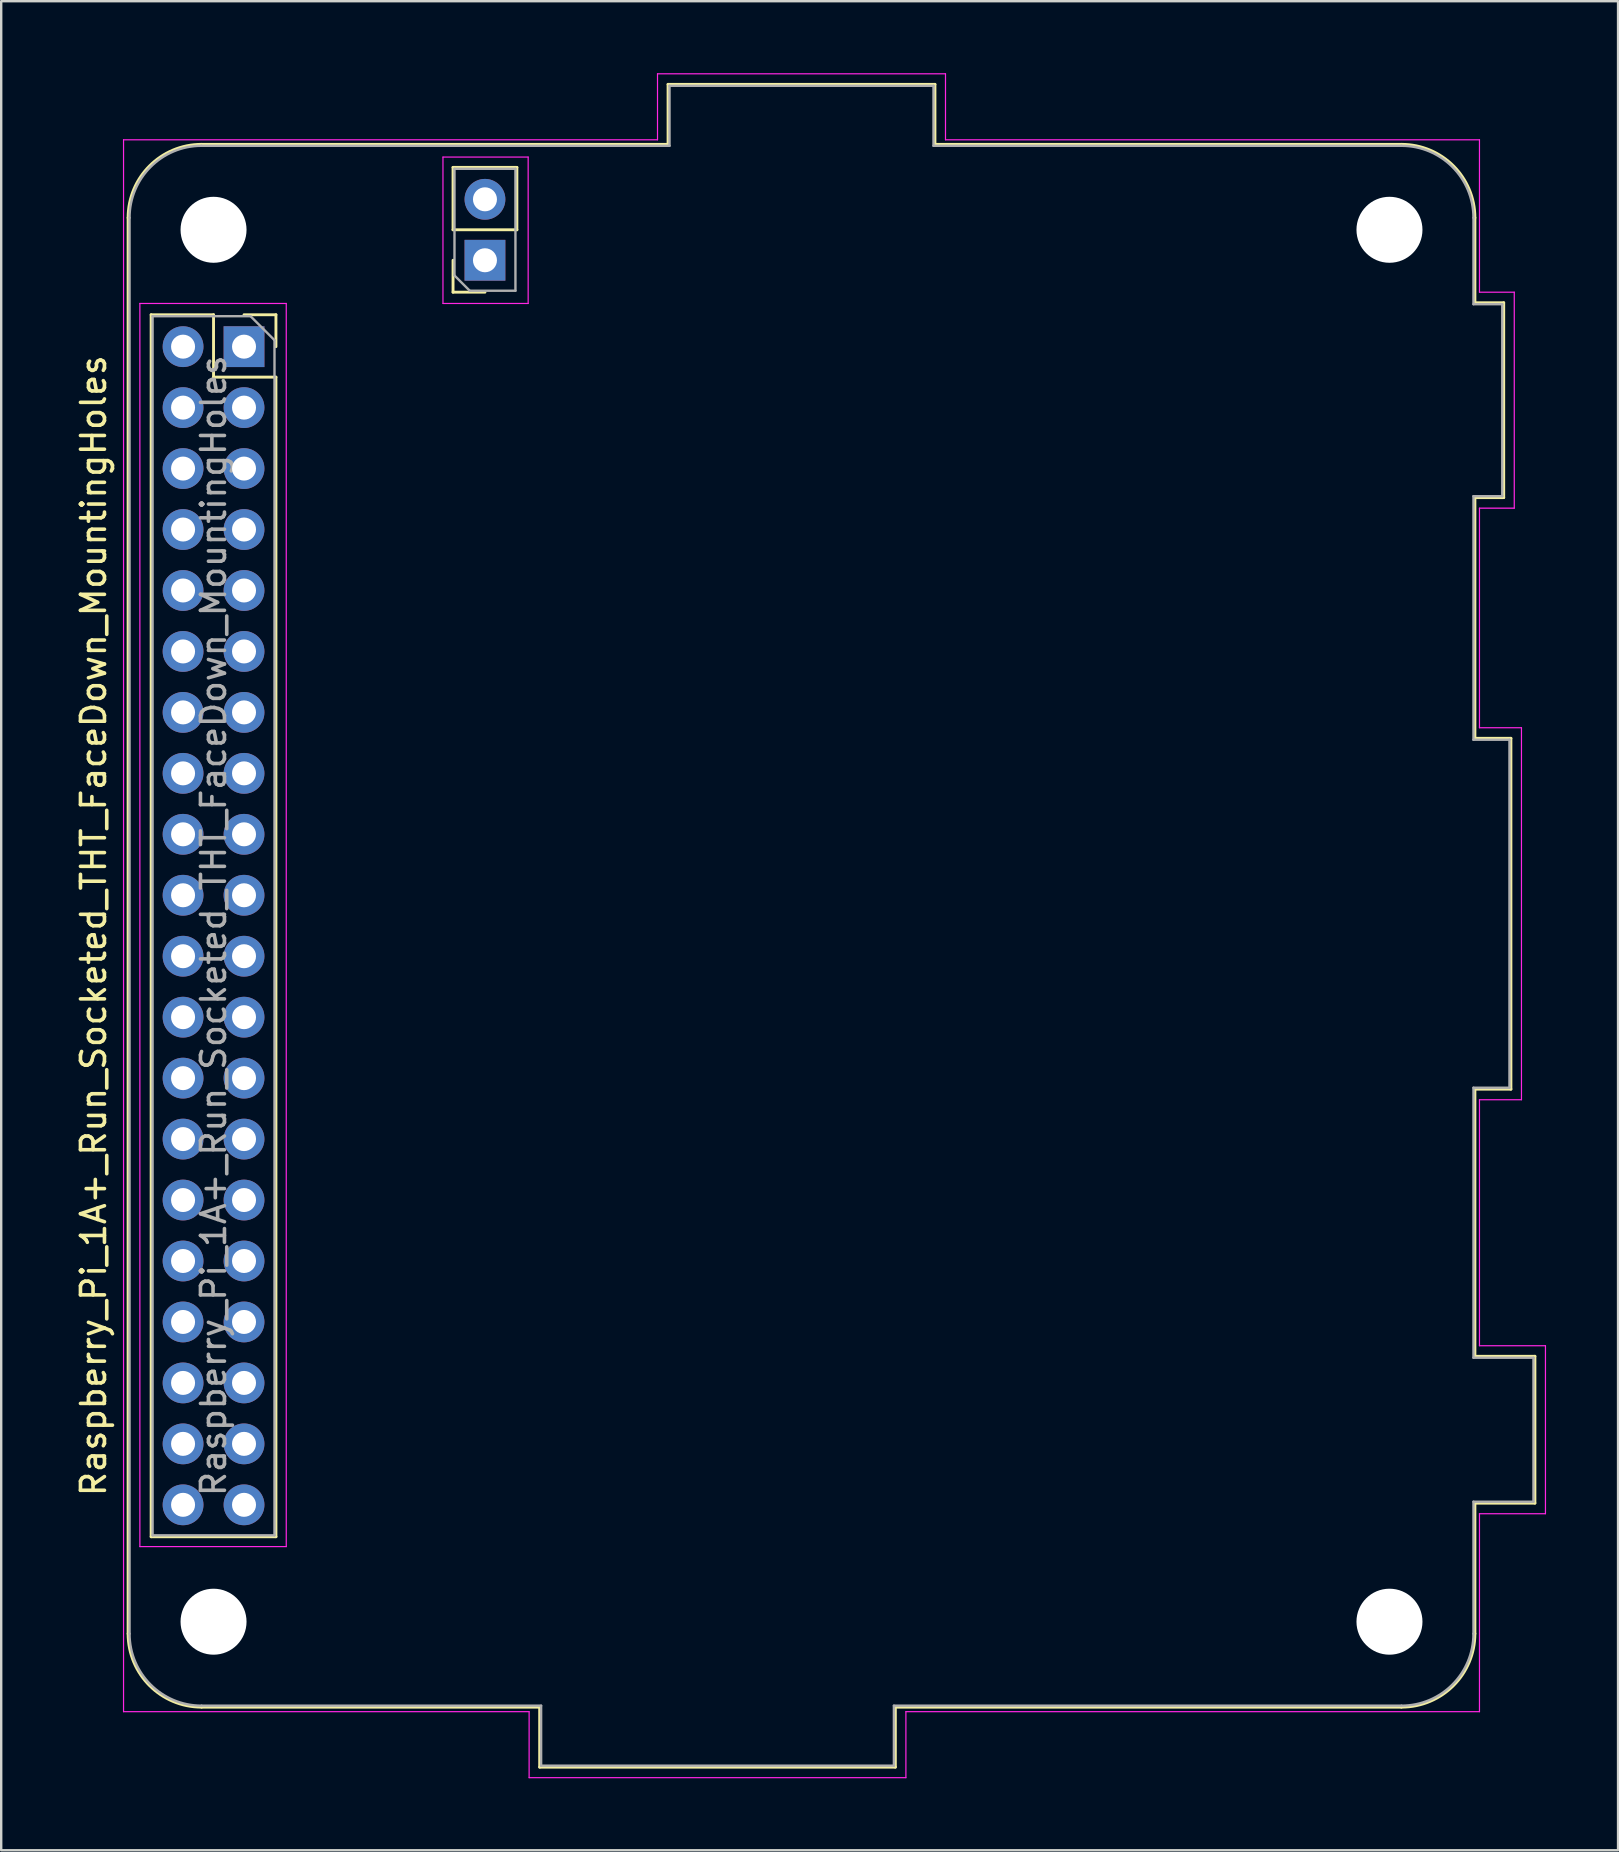
<source format=kicad_pcb>
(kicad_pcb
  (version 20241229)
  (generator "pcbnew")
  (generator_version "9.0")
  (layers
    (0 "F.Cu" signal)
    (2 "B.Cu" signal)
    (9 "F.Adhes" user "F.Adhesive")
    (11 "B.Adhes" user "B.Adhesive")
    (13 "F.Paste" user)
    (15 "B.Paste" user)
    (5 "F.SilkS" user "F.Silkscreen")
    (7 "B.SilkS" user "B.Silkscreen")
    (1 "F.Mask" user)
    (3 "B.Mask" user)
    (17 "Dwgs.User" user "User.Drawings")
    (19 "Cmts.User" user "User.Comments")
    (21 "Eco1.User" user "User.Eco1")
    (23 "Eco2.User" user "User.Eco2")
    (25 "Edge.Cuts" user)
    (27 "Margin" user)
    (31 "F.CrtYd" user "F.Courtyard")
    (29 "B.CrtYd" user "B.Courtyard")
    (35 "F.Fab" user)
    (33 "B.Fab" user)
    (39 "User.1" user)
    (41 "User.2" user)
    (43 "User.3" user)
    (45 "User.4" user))
  (footprint "Raspberry_Pi_1A+_Run_Socketed_THT_FaceDown_MountingHoles"
    (layer "F.Cu")
    (at 2.348 3.025)
    (property "Reference" "Raspberry_Pi_1A+_Run_Socketed_THT_FaceDown_MountingHoles" (at -1.5 32.5 90) (layer "F.SilkS") (effects (font (size 1 1) (thickness 0.15))))
    (attr through_hole)
    (fp_line (start -0.06 62) (end -0.06 3) (stroke (width 0.12) (type solid)) (layer "F.SilkS"))
    (fp_line (start 0.9 7.04) (end 0.9 57.96) (stroke (width 0.12) (type solid)) (layer "F.SilkS"))
    (fp_line (start 0.9 7.04) (end 3.5 7.04) (stroke (width 0.12) (type solid)) (layer "F.SilkS"))
    (fp_line (start 0.9 57.96) (end 6.1 57.96) (stroke (width 0.12) (type solid)) (layer "F.SilkS"))
    (fp_line (start 3 -0.06) (end 22.44 -0.06) (stroke (width 0.12) (type solid)) (layer "F.SilkS"))
    (fp_line (start 3 65.06) (end 17.09 65.06) (stroke (width 0.12) (type solid)) (layer "F.SilkS"))
    (fp_line (start 3.5 7.04) (end 3.5 9.64) (stroke (width 0.12) (type solid)) (layer "F.SilkS"))
    (fp_line (start 3.5 9.64) (end 6.1 9.64) (stroke (width 0.12) (type solid)) (layer "F.SilkS"))
    (fp_line (start 4.77 7.04) (end 6.1 7.04) (stroke (width 0.12) (type solid)) (layer "F.SilkS"))
    (fp_line (start 6.1 7.04) (end 6.1 8.37) (stroke (width 0.12) (type solid)) (layer "F.SilkS"))
    (fp_line (start 6.1 9.64) (end 6.1 57.96) (stroke (width 0.12) (type solid)) (layer "F.SilkS"))
    (fp_line (start 13.48 3.5) (end 13.48 0.9) (stroke (width 0.12) (type solid)) (layer "F.SilkS"))
    (fp_line (start 13.48 6.1) (end 13.48 4.77) (stroke (width 0.12) (type solid)) (layer "F.SilkS"))
    (fp_line (start 14.81 6.1) (end 13.48 6.1) (stroke (width 0.12) (type solid)) (layer "F.SilkS"))
    (fp_line (start 16.14 0.9) (end 13.48 0.9) (stroke (width 0.12) (type solid)) (layer "F.SilkS"))
    (fp_line (start 16.14 3.5) (end 13.48 3.5) (stroke (width 0.12) (type solid)) (layer "F.SilkS"))
    (fp_line (start 16.14 3.5) (end 16.14 0.9) (stroke (width 0.12) (type solid)) (layer "F.SilkS"))
    (fp_line (start 17.09 65.06) (end 17.09 67.56) (stroke (width 0.12) (type solid)) (layer "F.SilkS"))
    (fp_line (start 17.09 67.56) (end 31.91 67.56) (stroke (width 0.12) (type solid)) (layer "F.SilkS"))
    (fp_line (start 22.44 -2.56) (end 22.44 -0.06) (stroke (width 0.12) (type solid)) (layer "F.SilkS"))
    (fp_line (start 31.91 65.06) (end 53 65.06) (stroke (width 0.12) (type solid)) (layer "F.SilkS"))
    (fp_line (start 31.91 67.56) (end 31.91 65.06) (stroke (width 0.12) (type solid)) (layer "F.SilkS"))
    (fp_line (start 33.56 -2.56) (end 22.44 -2.56) (stroke (width 0.12) (type solid)) (layer "F.SilkS"))
    (fp_line (start 33.56 -0.06) (end 33.56 -2.56) (stroke (width 0.12) (type solid)) (layer "F.SilkS"))
    (fp_line (start 53 -0.06) (end 33.56 -0.06) (stroke (width 0.12) (type solid)) (layer "F.SilkS"))
    (fp_line (start 56.06 3) (end 56.06 6.54) (stroke (width 0.12) (type solid)) (layer "F.SilkS"))
    (fp_line (start 56.06 6.54) (end 57.26 6.54) (stroke (width 0.12) (type solid)) (layer "F.SilkS"))
    (fp_line (start 56.06 14.66) (end 56.06 24.69) (stroke (width 0.12) (type solid)) (layer "F.SilkS"))
    (fp_line (start 56.06 24.69) (end 57.56 24.69) (stroke (width 0.12) (type solid)) (layer "F.SilkS"))
    (fp_line (start 56.06 39.31) (end 56.06 50.44) (stroke (width 0.12) (type solid)) (layer "F.SilkS"))
    (fp_line (start 56.06 50.44) (end 58.56 50.44) (stroke (width 0.12) (type solid)) (layer "F.SilkS"))
    (fp_line (start 56.06 56.56) (end 56.06 62) (stroke (width 0.12) (type solid)) (layer "F.SilkS"))
    (fp_line (start 57.26 6.54) (end 57.26 14.66) (stroke (width 0.12) (type solid)) (layer "F.SilkS"))
    (fp_line (start 57.26 14.66) (end 56.06 14.66) (stroke (width 0.12) (type solid)) (layer "F.SilkS"))
    (fp_line (start 57.56 24.69) (end 57.56 39.31) (stroke (width 0.12) (type solid)) (layer "F.SilkS"))
    (fp_line (start 57.56 39.31) (end 56.06 39.31) (stroke (width 0.12) (type solid)) (layer "F.SilkS"))
    (fp_line (start 58.56 50.44) (end 58.56 56.56) (stroke (width 0.12) (type solid)) (layer "F.SilkS"))
    (fp_line (start 58.56 56.56) (end 56.06 56.56) (stroke (width 0.12) (type solid)) (layer "F.SilkS"))
    (fp_arc (start -0.06 3) (mid 0.836253 0.836253) (end 3 -0.06) (stroke (width 0.12) (type solid)) (layer "F.SilkS"))
    (fp_arc (start 3 65.06) (mid 0.836253 64.163747) (end -0.06 62) (stroke (width 0.12) (type solid)) (layer "F.SilkS"))
    (fp_arc (start 53 -0.06) (mid 55.163747 0.836253) (end 56.06 3) (stroke (width 0.12) (type solid)) (layer "F.SilkS"))
    (fp_arc (start 56.06 62) (mid 55.163747 64.163747) (end 53 65.06) (stroke (width 0.12) (type solid)) (layer "F.SilkS"))
    (fp_line (start -0.25 -0.25) (end 22 -0.25) (stroke (width 0.05) (type solid)) (layer "F.CrtYd"))
    (fp_line (start -0.25 65.25) (end -0.25 -0.25) (stroke (width 0.05) (type solid)) (layer "F.CrtYd"))
    (fp_line (start 0.43 6.57) (end 6.53 6.57) (stroke (width 0.05) (type solid)) (layer "F.CrtYd"))
    (fp_line (start 0.43 58.37) (end 0.43 6.57) (stroke (width 0.05) (type solid)) (layer "F.CrtYd"))
    (fp_line (start 6.53 6.57) (end 6.53 58.37) (stroke (width 0.05) (type solid)) (layer "F.CrtYd"))
    (fp_line (start 6.53 58.37) (end 0.43 58.37) (stroke (width 0.05) (type solid)) (layer "F.CrtYd"))
    (fp_line (start 13.06 0.47) (end 16.61 0.47) (stroke (width 0.05) (type solid)) (layer "F.CrtYd"))
    (fp_line (start 13.06 6.57) (end 13.06 0.47) (stroke (width 0.05) (type solid)) (layer "F.CrtYd"))
    (fp_line (start 16.61 0.47) (end 16.61 6.57) (stroke (width 0.05) (type solid)) (layer "F.CrtYd"))
    (fp_line (start 16.61 6.57) (end 13.06 6.57) (stroke (width 0.05) (type solid)) (layer "F.CrtYd"))
    (fp_line (start 16.65 65.25) (end -0.25 65.25) (stroke (width 0.05) (type solid)) (layer "F.CrtYd"))
    (fp_line (start 16.65 68) (end 16.65 65.25) (stroke (width 0.05) (type solid)) (layer "F.CrtYd"))
    (fp_line (start 22 -3) (end 34 -3) (stroke (width 0.05) (type solid)) (layer "F.CrtYd"))
    (fp_line (start 22 -0.25) (end 22 -3) (stroke (width 0.05) (type solid)) (layer "F.CrtYd"))
    (fp_line (start 32.35 65.25) (end 32.35 68) (stroke (width 0.05) (type solid)) (layer "F.CrtYd"))
    (fp_line (start 32.35 68) (end 16.65 68) (stroke (width 0.05) (type solid)) (layer "F.CrtYd"))
    (fp_line (start 34 -3) (end 34 -0.25) (stroke (width 0.05) (type solid)) (layer "F.CrtYd"))
    (fp_line (start 34 -0.25) (end 56.25 -0.25) (stroke (width 0.05) (type solid)) (layer "F.CrtYd"))
    (fp_line (start 56.25 -0.25) (end 56.25 6.1) (stroke (width 0.05) (type solid)) (layer "F.CrtYd"))
    (fp_line (start 56.25 6.1) (end 57.7 6.1) (stroke (width 0.05) (type solid)) (layer "F.CrtYd"))
    (fp_line (start 56.25 15.1) (end 56.25 24.25) (stroke (width 0.05) (type solid)) (layer "F.CrtYd"))
    (fp_line (start 56.25 24.25) (end 58 24.25) (stroke (width 0.05) (type solid)) (layer "F.CrtYd"))
    (fp_line (start 56.25 39.75) (end 56.25 50) (stroke (width 0.05) (type solid)) (layer "F.CrtYd"))
    (fp_line (start 56.25 50) (end 59 50) (stroke (width 0.05) (type solid)) (layer "F.CrtYd"))
    (fp_line (start 56.25 57) (end 56.25 65.25) (stroke (width 0.05) (type solid)) (layer "F.CrtYd"))
    (fp_line (start 56.25 65.25) (end 32.35 65.25) (stroke (width 0.05) (type solid)) (layer "F.CrtYd"))
    (fp_line (start 57.7 6.1) (end 57.7 15.1) (stroke (width 0.05) (type solid)) (layer "F.CrtYd"))
    (fp_line (start 57.7 15.1) (end 56.25 15.1) (stroke (width 0.05) (type solid)) (layer "F.CrtYd"))
    (fp_line (start 58 24.25) (end 58 39.75) (stroke (width 0.05) (type solid)) (layer "F.CrtYd"))
    (fp_line (start 58 39.75) (end 56.25 39.75) (stroke (width 0.05) (type solid)) (layer "F.CrtYd"))
    (fp_line (start 59 50) (end 59 57) (stroke (width 0.05) (type solid)) (layer "F.CrtYd"))
    (fp_line (start 59 57) (end 56.25 57) (stroke (width 0.05) (type solid)) (layer "F.CrtYd"))
    (fp_line (start 0 62) (end 0 3) (stroke (width 0.1) (type solid)) (layer "F.Fab"))
    (fp_line (start 0.96 7.1) (end 5.04 7.1) (stroke (width 0.1) (type solid)) (layer "F.Fab"))
    (fp_line (start 0.96 57.9) (end 0.96 7.1) (stroke (width 0.1) (type solid)) (layer "F.Fab"))
    (fp_line (start 3 0) (end 22.5 0) (stroke (width 0.1) (type solid)) (layer "F.Fab"))
    (fp_line (start 5.04 7.1) (end 6.04 8.1) (stroke (width 0.1) (type solid)) (layer "F.Fab"))
    (fp_line (start 6.04 8.1) (end 6.04 57.9) (stroke (width 0.1) (type solid)) (layer "F.Fab"))
    (fp_line (start 6.04 57.9) (end 0.96 57.9) (stroke (width 0.1) (type solid)) (layer "F.Fab"))
    (fp_line (start 13.54 0.96) (end 16.08 0.96) (stroke (width 0.1) (type solid)) (layer "F.Fab"))
    (fp_line (start 13.54 5.405) (end 13.54 0.96) (stroke (width 0.1) (type solid)) (layer "F.Fab"))
    (fp_line (start 14.175 6.04) (end 13.54 5.405) (stroke (width 0.1) (type solid)) (layer "F.Fab"))
    (fp_line (start 16.08 0.96) (end 16.08 6.04) (stroke (width 0.1) (type solid)) (layer "F.Fab"))
    (fp_line (start 16.08 6.04) (end 14.175 6.04) (stroke (width 0.1) (type solid)) (layer "F.Fab"))
    (fp_line (start 17.15 65) (end 3 65) (stroke (width 0.1) (type solid)) (layer "F.Fab"))
    (fp_line (start 17.15 67.5) (end 17.15 65) (stroke (width 0.1) (type solid)) (layer "F.Fab"))
    (fp_line (start 22.5 -2.5) (end 22.5 0) (stroke (width 0.1) (type solid)) (layer "F.Fab"))
    (fp_line (start 31.85 65) (end 31.85 67.5) (stroke (width 0.1) (type solid)) (layer "F.Fab"))
    (fp_line (start 31.85 67.5) (end 17.15 67.5) (stroke (width 0.1) (type solid)) (layer "F.Fab"))
    (fp_line (start 33.5 -2.5) (end 22.5 -2.5) (stroke (width 0.1) (type solid)) (layer "F.Fab"))
    (fp_line (start 33.5 0) (end 33.5 -2.5) (stroke (width 0.1) (type solid)) (layer "F.Fab"))
    (fp_line (start 53 0) (end 33.5 0) (stroke (width 0.1) (type solid)) (layer "F.Fab"))
    (fp_line (start 53 65) (end 31.85 65) (stroke (width 0.1) (type solid)) (layer "F.Fab"))
    (fp_line (start 56 3) (end 56 6.6) (stroke (width 0.1) (type solid)) (layer "F.Fab"))
    (fp_line (start 56 6.6) (end 57.2 6.6) (stroke (width 0.1) (type solid)) (layer "F.Fab"))
    (fp_line (start 56 14.6) (end 56 24.75) (stroke (width 0.1) (type solid)) (layer "F.Fab"))
    (fp_line (start 56 24.75) (end 57.5 24.75) (stroke (width 0.1) (type solid)) (layer "F.Fab"))
    (fp_line (start 56 39.25) (end 56 50.5) (stroke (width 0.1) (type solid)) (layer "F.Fab"))
    (fp_line (start 56 50.5) (end 58.5 50.5) (stroke (width 0.1) (type solid)) (layer "F.Fab"))
    (fp_line (start 56 56.5) (end 56 62) (stroke (width 0.1) (type solid)) (layer "F.Fab"))
    (fp_line (start 57.2 6.6) (end 57.2 14.6) (stroke (width 0.1) (type solid)) (layer "F.Fab"))
    (fp_line (start 57.2 14.6) (end 56 14.6) (stroke (width 0.1) (type solid)) (layer "F.Fab"))
    (fp_line (start 57.5 24.75) (end 57.5 39.25) (stroke (width 0.1) (type solid)) (layer "F.Fab"))
    (fp_line (start 57.5 39.25) (end 56 39.25) (stroke (width 0.1) (type solid)) (layer "F.Fab"))
    (fp_line (start 58.5 50.5) (end 58.5 56.5) (stroke (width 0.1) (type solid)) (layer "F.Fab"))
    (fp_line (start 58.5 56.5) (end 56 56.5) (stroke (width 0.1) (type solid)) (layer "F.Fab"))
    (fp_arc (start 0 3) (mid 0.87868 0.87868) (end 3 0) (stroke (width 0.1) (type solid)) (layer "F.Fab"))
    (fp_arc (start 3 65) (mid 0.87868 64.12132) (end 0 62) (stroke (width 0.1) (type solid)) (layer "F.Fab"))
    (fp_arc (start 53 0) (mid 55.12132 0.87868) (end 56 3) (stroke (width 0.1) (type solid)) (layer "F.Fab"))
    (fp_arc (start 56 62) (mid 55.12132 64.12132) (end 53 65) (stroke (width 0.1) (type solid)) (layer "F.Fab"))
    (fp_text user "${REFERENCE}" (at 3.5 32.5 90) (layer "F.Fab") (effects (font (size 1 1) (thickness 0.15))))
    (pad "" np_thru_hole circle (at 3.5 3.5 90) (size 2.75 2.75) (drill 2.75) (layers "*.Cu" "*.Mask"))
    (pad "" np_thru_hole circle (at 3.5 61.5 90) (size 2.75 2.75) (drill 2.75) (layers "*.Cu" "*.Mask"))
    (pad "" np_thru_hole circle (at 52.5 3.5 90) (size 2.75 2.75) (drill 2.75) (layers "*.Cu" "*.Mask"))
    (pad "" np_thru_hole circle (at 52.5 61.5 90) (size 2.75 2.75) (drill 2.75) (layers "*.Cu" "*.Mask"))
    (pad "1" thru_hole rect (at 4.77 8.37) (size 1.7 1.7) (drill 1) (layers "*.Cu" "*.Mask"))
    (pad "2" thru_hole oval (at 2.23 8.37) (size 1.7 1.7) (drill 1) (layers "*.Cu" "*.Mask"))
    (pad "3" thru_hole oval (at 4.77 10.91) (size 1.7 1.7) (drill 1) (layers "*.Cu" "*.Mask"))
    (pad "4" thru_hole oval (at 2.23 10.91) (size 1.7 1.7) (drill 1) (layers "*.Cu" "*.Mask"))
    (pad "5" thru_hole oval (at 4.77 13.45) (size 1.7 1.7) (drill 1) (layers "*.Cu" "*.Mask"))
    (pad "6" thru_hole oval (at 2.23 13.45) (size 1.7 1.7) (drill 1) (layers "*.Cu" "*.Mask"))
    (pad "7" thru_hole oval (at 4.77 15.99) (size 1.7 1.7) (drill 1) (layers "*.Cu" "*.Mask"))
    (pad "8" thru_hole oval (at 2.23 15.99) (size 1.7 1.7) (drill 1) (layers "*.Cu" "*.Mask"))
    (pad "9" thru_hole oval (at 4.77 18.53) (size 1.7 1.7) (drill 1) (layers "*.Cu" "*.Mask"))
    (pad "10" thru_hole oval (at 2.23 18.53) (size 1.7 1.7) (drill 1) (layers "*.Cu" "*.Mask"))
    (pad "11" thru_hole oval (at 4.77 21.07) (size 1.7 1.7) (drill 1) (layers "*.Cu" "*.Mask"))
    (pad "12" thru_hole oval (at 2.23 21.07) (size 1.7 1.7) (drill 1) (layers "*.Cu" "*.Mask"))
    (pad "13" thru_hole oval (at 4.77 23.61) (size 1.7 1.7) (drill 1) (layers "*.Cu" "*.Mask"))
    (pad "14" thru_hole oval (at 2.23 23.61) (size 1.7 1.7) (drill 1) (layers "*.Cu" "*.Mask"))
    (pad "15" thru_hole oval (at 4.77 26.15) (size 1.7 1.7) (drill 1) (layers "*.Cu" "*.Mask"))
    (pad "16" thru_hole oval (at 2.23 26.15) (size 1.7 1.7) (drill 1) (layers "*.Cu" "*.Mask"))
    (pad "17" thru_hole oval (at 4.77 28.69) (size 1.7 1.7) (drill 1) (layers "*.Cu" "*.Mask"))
    (pad "18" thru_hole oval (at 2.23 28.69) (size 1.7 1.7) (drill 1) (layers "*.Cu" "*.Mask"))
    (pad "19" thru_hole oval (at 4.77 31.23) (size 1.7 1.7) (drill 1) (layers "*.Cu" "*.Mask"))
    (pad "20" thru_hole oval (at 2.23 31.23) (size 1.7 1.7) (drill 1) (layers "*.Cu" "*.Mask"))
    (pad "21" thru_hole oval (at 4.77 33.77) (size 1.7 1.7) (drill 1) (layers "*.Cu" "*.Mask"))
    (pad "22" thru_hole oval (at 2.23 33.77) (size 1.7 1.7) (drill 1) (layers "*.Cu" "*.Mask"))
    (pad "23" thru_hole oval (at 4.77 36.31) (size 1.7 1.7) (drill 1) (layers "*.Cu" "*.Mask"))
    (pad "24" thru_hole oval (at 2.23 36.31) (size 1.7 1.7) (drill 1) (layers "*.Cu" "*.Mask"))
    (pad "25" thru_hole oval (at 4.77 38.85) (size 1.7 1.7) (drill 1) (layers "*.Cu" "*.Mask"))
    (pad "26" thru_hole oval (at 2.23 38.85) (size 1.7 1.7) (drill 1) (layers "*.Cu" "*.Mask"))
    (pad "27" thru_hole oval (at 4.77 41.39) (size 1.7 1.7) (drill 1) (layers "*.Cu" "*.Mask"))
    (pad "28" thru_hole oval (at 2.23 41.39) (size 1.7 1.7) (drill 1) (layers "*.Cu" "*.Mask"))
    (pad "29" thru_hole oval (at 4.77 43.93) (size 1.7 1.7) (drill 1) (layers "*.Cu" "*.Mask"))
    (pad "30" thru_hole oval (at 2.23 43.93) (size 1.7 1.7) (drill 1) (layers "*.Cu" "*.Mask"))
    (pad "31" thru_hole oval (at 4.77 46.47) (size 1.7 1.7) (drill 1) (layers "*.Cu" "*.Mask"))
    (pad "32" thru_hole oval (at 2.23 46.47) (size 1.7 1.7) (drill 1) (layers "*.Cu" "*.Mask"))
    (pad "33" thru_hole oval (at 4.77 49.01) (size 1.7 1.7) (drill 1) (layers "*.Cu" "*.Mask"))
    (pad "34" thru_hole oval (at 2.23 49.01) (size 1.7 1.7) (drill 1) (layers "*.Cu" "*.Mask"))
    (pad "35" thru_hole oval (at 4.77 51.55) (size 1.7 1.7) (drill 1) (layers "*.Cu" "*.Mask"))
    (pad "36" thru_hole oval (at 2.23 51.55) (size 1.7 1.7) (drill 1) (layers "*.Cu" "*.Mask"))
    (pad "37" thru_hole oval (at 4.77 54.09) (size 1.7 1.7) (drill 1) (layers "*.Cu" "*.Mask"))
    (pad "38" thru_hole oval (at 2.23 54.09) (size 1.7 1.7) (drill 1) (layers "*.Cu" "*.Mask"))
    (pad "39" thru_hole oval (at 4.77 56.63) (size 1.7 1.7) (drill 1) (layers "*.Cu" "*.Mask"))
    (pad "40" thru_hole oval (at 2.23 56.63) (size 1.7 1.7) (drill 1) (layers "*.Cu" "*.Mask"))
    (pad "41" thru_hole rect (at 14.81 4.77 180) (size 1.7 1.7) (drill 1) (layers "*.Cu" "*.Mask"))
    (pad "42" thru_hole oval (at 14.81 2.23 180) (size 1.7 1.7) (drill 1) (layers "*.Cu" "*.Mask")))
  (gr_rect
    (start -3 -3)
    (end 64.373 74.05)
    (stroke (width 0.1) (type default))
    (fill no)
    (layer "Edge.Cuts")))
</source>
